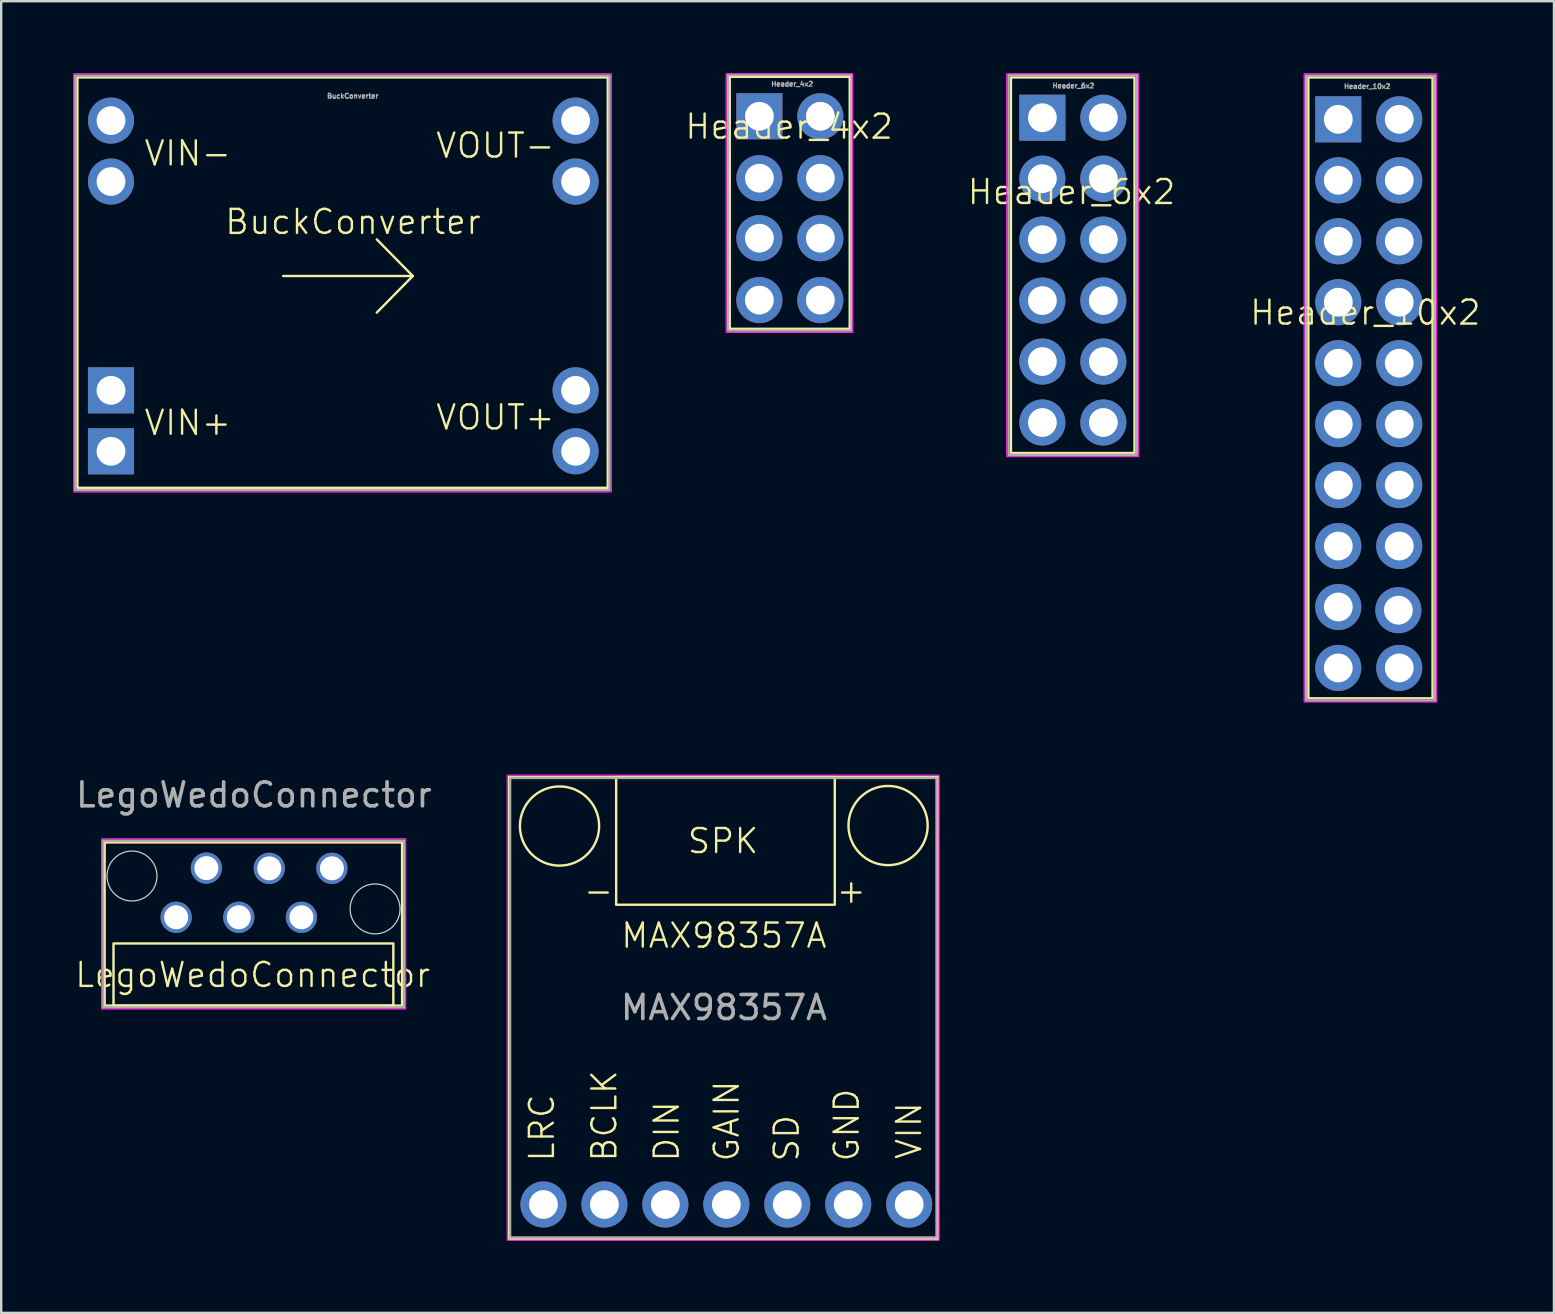
<source format=kicad_pcb>
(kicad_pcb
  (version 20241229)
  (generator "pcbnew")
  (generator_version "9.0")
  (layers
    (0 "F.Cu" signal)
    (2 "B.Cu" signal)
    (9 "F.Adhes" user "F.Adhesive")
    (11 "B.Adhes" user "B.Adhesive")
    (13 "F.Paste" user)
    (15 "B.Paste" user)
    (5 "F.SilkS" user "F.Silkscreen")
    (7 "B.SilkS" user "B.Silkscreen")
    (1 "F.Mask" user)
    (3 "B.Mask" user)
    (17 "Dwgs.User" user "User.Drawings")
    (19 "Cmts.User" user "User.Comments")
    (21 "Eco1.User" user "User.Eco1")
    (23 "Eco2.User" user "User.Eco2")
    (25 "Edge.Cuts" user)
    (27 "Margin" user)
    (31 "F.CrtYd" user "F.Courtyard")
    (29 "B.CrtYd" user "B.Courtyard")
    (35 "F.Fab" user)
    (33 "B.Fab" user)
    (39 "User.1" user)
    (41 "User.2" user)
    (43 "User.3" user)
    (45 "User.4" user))
  (footprint "Header_4x2"
    (layer "F.Cu")
    (at 29.908 5.625)
    (property "Reference" "Header_4x2" (at -0.075 -3.4 0) (unlocked yes) (layer "F.SilkS") (effects (font (size 1 1) (thickness 0.1))))
    (attr through_hole)
    (fp_rect (start -2.55 -5.475) (end 2.45 5.025) (stroke (width 0.1) (type solid)) (fill no) (layer "F.SilkS"))
    (fp_rect (start -2.7 -5.6) (end 2.575 5.175) (stroke (width 0.05) (type default)) (fill no) (layer "F.CrtYd"))
    (fp_rect (start -2.625 -5.55) (end 2.525 5.1) (stroke (width 0.1) (type solid)) (fill no) (layer "F.Fab"))
    (fp_text user "${REFERENCE}" (at 0.05 -5.175 0) (unlocked yes) (layer "F.Fab") (effects (font (size 0.2 0.2) (thickness 0.05))))
    (pad "1" thru_hole rect (at -1.315 -3.83) (size 1.92 1.92) (drill 1.2) (layers "*.Cu" "*.Mask"))
    (pad "2" thru_hole circle (at -1.315 -1.25) (size 1.92 1.92) (drill 1.2) (layers "*.Cu" "*.Mask"))
    (pad "3" thru_hole circle (at -1.315 1.25) (size 1.92 1.92) (drill 1.2) (layers "*.Cu" "*.Mask"))
    (pad "4" thru_hole circle (at -1.315 3.83) (size 1.92 1.92) (drill 1.2) (layers "*.Cu" "*.Mask"))
    (pad "5" thru_hole circle (at 1.225 -3.83) (size 1.92 1.92) (drill 1.2) (layers "*.Cu" "*.Mask"))
    (pad "6" thru_hole circle (at 1.225 -1.25) (size 1.92 1.92) (drill 1.2) (layers "*.Cu" "*.Mask"))
    (pad "7" thru_hole circle (at 1.225 1.25) (size 1.92 1.92) (drill 1.2) (layers "*.Cu" "*.Mask"))
    (pad "8" thru_hole circle (at 1.225 3.83) (size 1.92 1.92) (drill 1.2) (layers "*.Cu" "*.Mask")))
  (footprint "LegoWedoConnector"
    (layer "F.Cu")
    (at 7.49 35.703)
    (property "Reference" "LegoWedoConnector" (at -0.01 1.87 0) (unlocked yes) (layer "F.SilkS") (effects (font (size 1 1) (thickness 0.1))))
    (attr through_hole)
    (fp_rect (start -6.18 -3.65) (end 6.215 3.15) (stroke (width 0.1) (type solid)) (fill no) (layer "F.SilkS"))
    (fp_rect (start -5.81 0.56) (end 5.85 3.15) (stroke (width 0.1) (type default)) (fill no) (layer "F.SilkS"))
    (fp_circle (center -5.04 -2.25) (end -4.39 -1.438) (stroke (width 0.05) (type default)) (fill no) (layer "Edge.Cuts"))
    (fp_circle (center 5.09 -0.88) (end 5.74 -0.068) (stroke (width 0.05) (type default)) (fill no) (layer "Edge.Cuts"))
    (fp_rect (start -6.305 -3.8) (end 6.365 3.29) (stroke (width 0.05) (type default)) (fill no) (layer "F.CrtYd"))
    (fp_rect (start -6.25 -3.73) (end 6.305 3.23) (stroke (width 0.1) (type default)) (fill no) (layer "F.Fab"))
    (fp_text user "${REFERENCE}" (at 0.04 -5.63 0) (unlocked yes) (layer "F.Fab") (effects (font (size 1 1) (thickness 0.15))))
    (pad "1" thru_hole circle (at 3.29 -2.57 90) (size 1.3 1.3) (drill 1) (layers "*.Cu" "*.Mask"))
    (pad "2" thru_hole circle (at 2.02 -0.53 90) (size 1.3 1.3) (drill 1) (layers "*.Cu" "*.Mask"))
    (pad "3" thru_hole circle (at 0.68 -2.57 90) (size 1.3 1.3) (drill 1) (layers "*.Cu" "*.Mask"))
    (pad "4" thru_hole circle (at -0.59 -0.53 90) (size 1.3 1.3) (drill 1) (layers "*.Cu" "*.Mask"))
    (pad "5" thru_hole circle (at -1.94 -2.58 90) (size 1.3 1.3) (drill 1) (layers "*.Cu" "*.Mask"))
    (pad "6" thru_hole circle (at -3.2 -0.53 90) (size 1.3 1.3) (drill 1) (layers "*.Cu" "*.Mask")))
  (footprint "Header_10x2"
    (layer "F.Cu")
    (at 53.918 13.375)
    (property "Reference" "Header_10x2" (at -0.075 -3.4 0) (unlocked yes) (layer "F.SilkS") (effects (font (size 1 1) (thickness 0.1))))
    (attr through_hole)
    (fp_rect (start -2.45 -13.2) (end 2.725 12.675) (stroke (width 0.1) (type solid)) (fill no) (layer "F.SilkS"))
    (fp_rect (start -2.625 -13.35) (end 2.9 12.825) (stroke (width 0.05) (type default)) (fill no) (layer "F.CrtYd"))
    (fp_rect (start -2.55 -13.275) (end 2.825 12.775) (stroke (width 0.1) (type solid)) (fill no) (layer "F.Fab"))
    (fp_text user "${REFERENCE}" (at 0 -12.825 0) (unlocked yes) (layer "F.Fab") (effects (font (size 0.2 0.2) (thickness 0.05))))
    (pad "1" thru_hole rect (at -1.203 -11.453) (size 1.92 1.92) (drill 1.2) (layers "*.Cu" "*.Mask"))
    (pad "2" thru_hole circle (at -1.203 -8.913) (size 1.92 1.92) (drill 1.2) (layers "*.Cu" "*.Mask"))
    (pad "3" thru_hole circle (at -1.203 -6.373) (size 1.92 1.92) (drill 1.2) (layers "*.Cu" "*.Mask"))
    (pad "4" thru_hole circle (at -1.203 -3.833) (size 1.92 1.92) (drill 1.2) (layers "*.Cu" "*.Mask"))
    (pad "5" thru_hole circle (at -1.203 -1.293) (size 1.92 1.92) (drill 1.2) (layers "*.Cu" "*.Mask"))
    (pad "6" thru_hole circle (at -1.203 1.247) (size 1.92 1.92) (drill 1.2) (layers "*.Cu" "*.Mask"))
    (pad "7" thru_hole circle (at -1.203 3.787) (size 1.92 1.92) (drill 1.2) (layers "*.Cu" "*.Mask"))
    (pad "8" thru_hole circle (at -1.203 6.327) (size 1.92 1.92) (drill 1.2) (layers "*.Cu" "*.Mask"))
    (pad "9" thru_hole circle (at -1.203 8.867) (size 1.92 1.92) (drill 1.2) (layers "*.Cu" "*.Mask"))
    (pad "10" thru_hole circle (at -1.203 11.407) (size 1.92 1.92) (drill 1.2) (layers "*.Cu" "*.Mask"))
    (pad "11" thru_hole circle (at 1.337 -11.453) (size 1.92 1.92) (drill 1.2) (layers "*.Cu" "*.Mask"))
    (pad "12" thru_hole circle (at 1.337 -8.913) (size 1.92 1.92) (drill 1.2) (layers "*.Cu" "*.Mask"))
    (pad "13" thru_hole circle (at 1.337 -6.373) (size 1.92 1.92) (drill 1.2) (layers "*.Cu" "*.Mask"))
    (pad "14" thru_hole circle (at 1.337 -3.833) (size 1.92 1.92) (drill 1.2) (layers "*.Cu" "*.Mask"))
    (pad "15" thru_hole circle (at 1.337 -1.293) (size 1.92 1.92) (drill 1.2) (layers "*.Cu" "*.Mask"))
    (pad "16" thru_hole circle (at 1.337 1.247) (size 1.92 1.92) (drill 1.2) (layers "*.Cu" "*.Mask"))
    (pad "17" thru_hole circle (at 1.337 3.787) (size 1.92 1.92) (drill 1.2) (layers "*.Cu" "*.Mask"))
    (pad "18" thru_hole circle (at 1.337 6.327) (size 1.92 1.92) (drill 1.2) (layers "*.Cu" "*.Mask"))
    (pad "19" thru_hole circle (at 1.3 9) (size 1.92 1.92) (drill 1.2) (layers "*.Cu" "*.Mask"))
    (pad "20" thru_hole circle (at 1.337 11.407) (size 1.92 1.92) (drill 1.2) (layers "*.Cu" "*.Mask")))
  (footprint "Header_6x2"
    (layer "F.Cu")
    (at 41.675 8.35)
    (property "Reference" "Header_6x2" (at -0.075 -3.4 0) (unlocked yes) (layer "F.SilkS") (effects (font (size 1 1) (thickness 0.1))))
    (attr through_hole)
    (fp_rect (start -2.6 -8.175) (end 2.55 7.475) (stroke (width 0.1) (type solid)) (fill no) (layer "F.SilkS"))
    (fp_rect (start -2.775 -8.325) (end 2.725 7.625) (stroke (width 0.05) (type default)) (fill no) (layer "F.CrtYd"))
    (fp_rect (start -2.7 -8.275) (end 2.65 7.55) (stroke (width 0.1) (type solid)) (fill no) (layer "F.Fab"))
    (fp_text user "${REFERENCE}" (at 0 -7.825 0) (unlocked yes) (layer "F.Fab") (effects (font (size 0.2 0.2) (thickness 0.05))))
    (pad "1" thru_hole rect (at -1.29 -6.495) (size 1.92 1.92) (drill 1.2) (layers "*.Cu" "*.Mask"))
    (pad "2" thru_hole circle (at -1.29 -3.955) (size 1.92 1.92) (drill 1.2) (layers "*.Cu" "*.Mask"))
    (pad "3" thru_hole circle (at -1.29 -1.415) (size 1.92 1.92) (drill 1.2) (layers "*.Cu" "*.Mask"))
    (pad "4" thru_hole circle (at -1.29 1.125) (size 1.92 1.92) (drill 1.2) (layers "*.Cu" "*.Mask"))
    (pad "5" thru_hole circle (at -1.29 3.665) (size 1.92 1.92) (drill 1.2) (layers "*.Cu" "*.Mask"))
    (pad "6" thru_hole circle (at -1.29 6.205) (size 1.92 1.92) (drill 1.2) (layers "*.Cu" "*.Mask"))
    (pad "7" thru_hole circle (at 1.25 -6.495) (size 1.92 1.92) (drill 1.2) (layers "*.Cu" "*.Mask"))
    (pad "8" thru_hole circle (at 1.25 -3.955) (size 1.92 1.92) (drill 1.2) (layers "*.Cu" "*.Mask"))
    (pad "9" thru_hole circle (at 1.25 -1.415) (size 1.92 1.92) (drill 1.2) (layers "*.Cu" "*.Mask"))
    (pad "10" thru_hole circle (at 1.25 1.125) (size 1.92 1.92) (drill 1.2) (layers "*.Cu" "*.Mask"))
    (pad "11" thru_hole circle (at 1.25 3.665) (size 1.92 1.92) (drill 1.2) (layers "*.Cu" "*.Mask"))
    (pad "12" thru_hole circle (at 1.25 6.205) (size 1.92 1.92) (drill 1.2) (layers "*.Cu" "*.Mask")))
  (footprint "BuckConverter"
    (layer "F.Cu")
    (at 1.575 1.975)
    (property "Reference" "BuckConverter" (at 10.085 4.22 0) (unlocked yes) (layer "F.SilkS") (effects (font (size 1 1) (thickness 0.1))))
    (attr through_hole)
    (fp_line (start 7.175 6.475) (end 12.575 6.475) (stroke (width 0.1) (type default)) (layer "F.SilkS"))
    (fp_line (start 11.075 4.95) (end 12.575 6.475) (stroke (width 0.1) (type default)) (layer "F.SilkS"))
    (fp_line (start 11.075 8) (end 12.575 6.475) (stroke (width 0.1) (type default)) (layer "F.SilkS"))
    (fp_rect (start -1.4 -1.8) (end 20.7 15.3) (stroke (width 0.1) (type solid)) (fill no) (layer "F.SilkS"))
    (fp_rect (start -1.55 -1.95) (end 20.85 15.475) (stroke (width 0.05) (type default)) (fill no) (layer "F.CrtYd"))
    (fp_rect (start -1.5 -1.875) (end 20.775 15.4) (stroke (width 0.1) (type solid)) (fill no) (layer "F.Fab"))
    (fp_text user "VIN-" (at 1.325 1.95 0) (unlocked yes) (layer "F.SilkS") (effects (font (size 1 1) (thickness 0.1)) (justify left bottom)))
    (fp_text user "VOUT-" (at 13.475 1.625 0) (unlocked yes) (layer "F.SilkS") (effects (font (size 1 1) (thickness 0.1)) (justify left bottom)))
    (fp_text user "VOUT+" (at 13.475 12.95 0) (unlocked yes) (layer "F.SilkS") (effects (font (size 1 1) (thickness 0.1)) (justify left bottom)))
    (fp_text user "VIN+" (at 1.325 13.175 0) (unlocked yes) (layer "F.SilkS") (effects (font (size 1 1) (thickness 0.1)) (justify left bottom)))
    (fp_text user "${REFERENCE}" (at 10.075 -1.025 0) (unlocked yes) (layer "F.Fab") (effects (font (size 0.2 0.2) (thickness 0.05))))
    (pad "1" thru_hole rect (at 0 11.24) (size 1.92 1.92) (drill 1.2) (layers "*.Cu" "*.Mask"))
    (pad "1" thru_hole rect (at 0 13.78) (size 1.92 1.92) (drill 1.2) (layers "*.Cu" "*.Mask"))
    (pad "2" thru_hole circle (at 19.36 11.24) (size 1.92 1.92) (drill 1.2) (layers "*.Cu" "*.Mask"))
    (pad "2" thru_hole circle (at 19.36 13.78) (size 1.92 1.92) (drill 1.2) (layers "*.Cu" "*.Mask"))
    (pad "3" thru_hole circle (at 0 0) (size 1.92 1.92) (drill 1.2) (layers "*.Cu" "*.Mask"))
    (pad "3" thru_hole circle (at 0 2.54) (size 1.92 1.92) (drill 1.2) (layers "*.Cu" "*.Mask"))
    (pad "4" thru_hole circle (at 19.36 0) (size 1.92 1.92) (drill 1.2) (layers "*.Cu" "*.Mask"))
    (pad "4" thru_hole circle (at 19.36 2.54) (size 1.92 1.92) (drill 1.2) (layers "*.Cu" "*.Mask")))
  (footprint "MAX98357A"
    (layer "F.Cu")
    (at 27.215 39.52)
    (property "Reference" "MAX98357A" (at -0.1 -3.585 0) (unlocked yes) (layer "F.SilkS") (effects (font (size 1 1) (thickness 0.1))))
    (attr through_hole)
    (fp_rect (start -9.05 -10.2) (end 8.82 9.06) (stroke (width 0.1) (type solid)) (fill no) (layer "F.SilkS"))
    (fp_rect (start -4.59 -10.2) (end 4.52 -4.87) (stroke (width 0.1) (type default)) (fill no) (layer "F.SilkS"))
    (fp_circle (center -6.95 -8.15) (end -5.3 -8.15) (stroke (width 0.1) (type default)) (fill no) (layer "F.SilkS"))
    (fp_circle (center 6.74 -8.17) (end 8.39 -8.17) (stroke (width 0.1) (type default)) (fill no) (layer "F.SilkS"))
    (fp_rect (start -9.13 -10.27) (end 8.86 9.11) (stroke (width 0.05) (type default)) (fill no) (layer "F.CrtYd"))
    (fp_rect (start -9.01 -10.155) (end 8.76 8.995) (stroke (width 0.1) (type solid)) (fill no) (layer "F.Fab"))
    (fp_text user "BCLK" (at -4.5 5.9 90) (unlocked yes) (layer "F.SilkS") (effects (font (size 1 1) (thickness 0.1)) (justify left bottom)))
    (fp_text user "SD" (at 3.1 5.9 90) (unlocked yes) (layer "F.SilkS") (effects (font (size 1 1) (thickness 0.1)) (justify left bottom)))
    (fp_text user "+" (at 4.52 -4.87 0) (unlocked yes) (layer "F.SilkS") (effects (font (size 1 1) (thickness 0.1)) (justify left bottom)))
    (fp_text user "VIN" (at 8.2 5.8 90) (unlocked yes) (layer "F.SilkS") (effects (font (size 1 1) (thickness 0.1)) (justify left bottom)))
    (fp_text user "-" (at -6.01 -4.87 0) (unlocked yes) (layer "F.SilkS") (effects (font (size 1 1) (thickness 0.1)) (justify left bottom)))
    (fp_text user "DIN" (at -1.9 5.9 90) (unlocked yes) (layer "F.SilkS") (effects (font (size 1 1) (thickness 0.1)) (justify left bottom)))
    (fp_text user "GND" (at 5.6 5.9 90) (unlocked yes) (layer "F.SilkS") (effects (font (size 1 1) (thickness 0.1)) (justify left bottom)))
    (fp_text user "SPK" (at -1.68 -6.94 0) (unlocked yes) (layer "F.SilkS") (effects (font (size 1 1) (thickness 0.1)) (justify left bottom)))
    (fp_text user "LRC" (at -7.1 5.9 90) (unlocked yes) (layer "F.SilkS") (effects (font (size 1 1) (thickness 0.1)) (justify left bottom)))
    (fp_text user "GAIN" (at 0.6 5.9 90) (unlocked yes) (layer "F.SilkS") (effects (font (size 1 1) (thickness 0.1)) (justify left bottom)))
    (fp_text user "${REFERENCE}" (at -0.1 -0.585 0) (unlocked yes) (layer "F.Fab") (effects (font (size 1 1) (thickness 0.15))))
    (pad "1" thru_hole circle (at -7.62 7.62) (size 1.92 1.92) (drill 1.2) (layers "*.Cu" "*.Mask"))
    (pad "2" thru_hole circle (at -5.08 7.62) (size 1.92 1.92) (drill 1.2) (layers "*.Cu" "*.Mask"))
    (pad "3" thru_hole circle (at -2.54 7.62) (size 1.92 1.92) (drill 1.2) (layers "*.Cu" "*.Mask"))
    (pad "4" thru_hole circle (at 0 7.62) (size 1.92 1.92) (drill 1.2) (layers "*.Cu" "*.Mask"))
    (pad "5" thru_hole circle (at 2.54 7.62) (size 1.92 1.92) (drill 1.2) (layers "*.Cu" "*.Mask"))
    (pad "6" thru_hole circle (at 5.08 7.62) (size 1.92 1.92) (drill 1.2) (layers "*.Cu" "*.Mask"))
    (pad "7" thru_hole circle (at 7.62 7.62) (size 1.92 1.92) (drill 1.2) (layers "*.Cu" "*.Mask")))
  (gr_rect
    (start -3 -3)
    (end 61.702 51.655)
    (stroke (width 0.1) (type default))
    (fill no)
    (layer "Edge.Cuts")))
</source>
